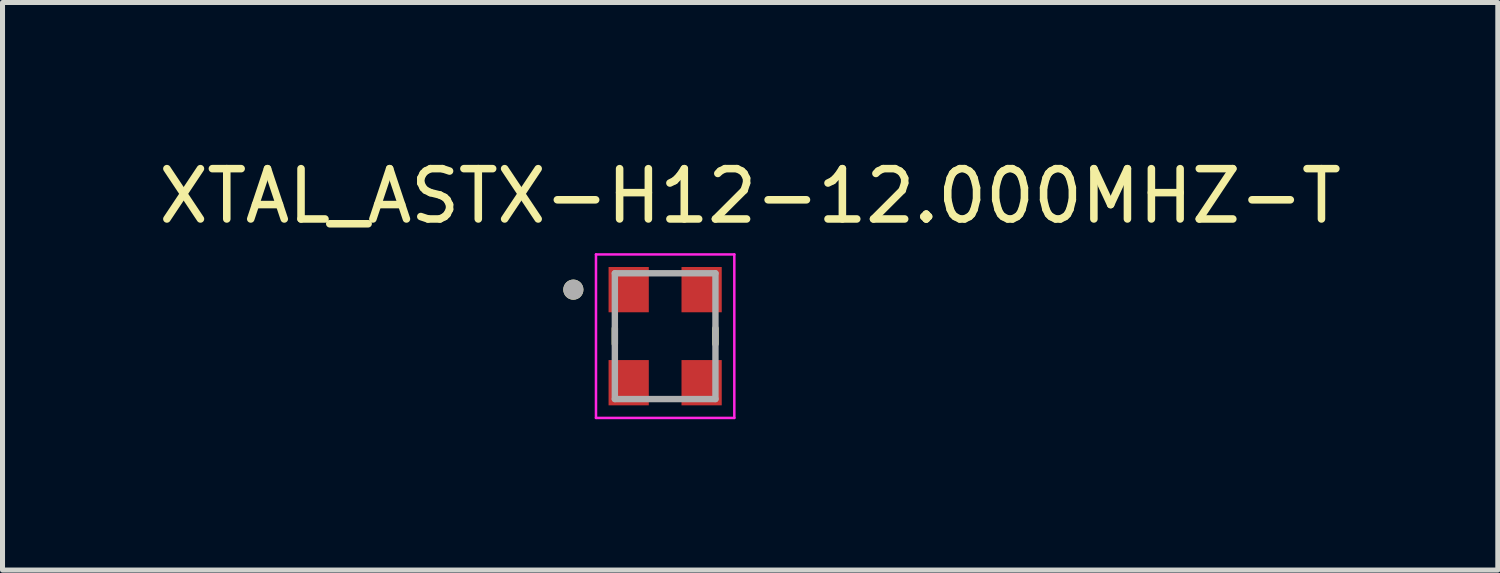
<source format=kicad_pcb>
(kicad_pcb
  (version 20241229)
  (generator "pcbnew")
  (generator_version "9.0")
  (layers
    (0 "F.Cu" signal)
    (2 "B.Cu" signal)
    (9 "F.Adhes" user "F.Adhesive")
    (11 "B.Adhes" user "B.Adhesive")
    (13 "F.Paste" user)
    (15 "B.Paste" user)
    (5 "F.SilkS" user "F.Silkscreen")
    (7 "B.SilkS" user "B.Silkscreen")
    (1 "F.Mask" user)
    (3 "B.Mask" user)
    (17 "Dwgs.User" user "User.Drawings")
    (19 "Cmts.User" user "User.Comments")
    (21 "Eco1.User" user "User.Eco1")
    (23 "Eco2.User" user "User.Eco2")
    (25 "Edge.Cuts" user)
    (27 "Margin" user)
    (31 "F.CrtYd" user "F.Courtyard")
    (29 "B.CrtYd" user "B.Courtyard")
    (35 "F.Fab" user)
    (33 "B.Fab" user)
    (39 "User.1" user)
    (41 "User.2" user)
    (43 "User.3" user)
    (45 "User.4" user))
  (footprint "XTAL_ASTX-H12-12.000MHZ-T"
    (layer "F.Cu")
    (at 10.173 3.633)
    (property "Reference" "XTAL_ASTX-H12-12.000MHZ-T" (at 1.69 -2.785 0) (layer "F.SilkS") (effects (font (size 1 1) (thickness 0.15))))
    (attr smd)
    (fp_line (start -1 -0.155) (end -1 0.155) (stroke (width 0.127) (type solid)) (layer "F.SilkS"))
    (fp_line (start 1 -0.155) (end 1 0.155) (stroke (width 0.127) (type solid)) (layer "F.SilkS"))
    (fp_circle (center -1.825 -0.925) (end -1.725 -0.925) (stroke (width 0.2) (type solid)) (fill no) (layer "F.SilkS"))
    (fp_line (start -1.375 -1.625) (end -1.375 1.625) (stroke (width 0.05) (type solid)) (layer "F.CrtYd"))
    (fp_line (start -1.375 1.625) (end 1.375 1.625) (stroke (width 0.05) (type solid)) (layer "F.CrtYd"))
    (fp_line (start 1.375 -1.625) (end -1.375 -1.625) (stroke (width 0.05) (type solid)) (layer "F.CrtYd"))
    (fp_line (start 1.375 1.625) (end 1.375 -1.625) (stroke (width 0.05) (type solid)) (layer "F.CrtYd"))
    (fp_line (start -1 -1.25) (end 1 -1.25) (stroke (width 0.127) (type solid)) (layer "F.Fab"))
    (fp_line (start -1 1.25) (end -1 -1.25) (stroke (width 0.127) (type solid)) (layer "F.Fab"))
    (fp_line (start 1 -1.25) (end 1 1.25) (stroke (width 0.127) (type solid)) (layer "F.Fab"))
    (fp_line (start 1 1.25) (end -1 1.25) (stroke (width 0.127) (type solid)) (layer "F.Fab"))
    (fp_circle (center -1.825 -0.925) (end -1.725 -0.925) (stroke (width 0.2) (type solid)) (fill no) (layer "F.Fab"))
    (pad "1" smd rect (at -0.725 -0.925) (size 0.8 0.9) (layers "F.Cu" "F.Mask" "F.Paste"))
    (pad "2" smd rect (at -0.725 0.925) (size 0.8 0.9) (layers "F.Cu" "F.Mask" "F.Paste"))
    (pad "3" smd rect (at 0.725 0.925) (size 0.8 0.9) (layers "F.Cu" "F.Mask" "F.Paste"))
    (pad "4" smd rect (at 0.725 -0.925) (size 0.8 0.9) (layers "F.Cu" "F.Mask" "F.Paste")))
  (gr_rect
    (start -3 -3)
    (end 26.726 8.283)
    (stroke (width 0.1) (type default))
    (fill no)
    (layer "Edge.Cuts")))
</source>
